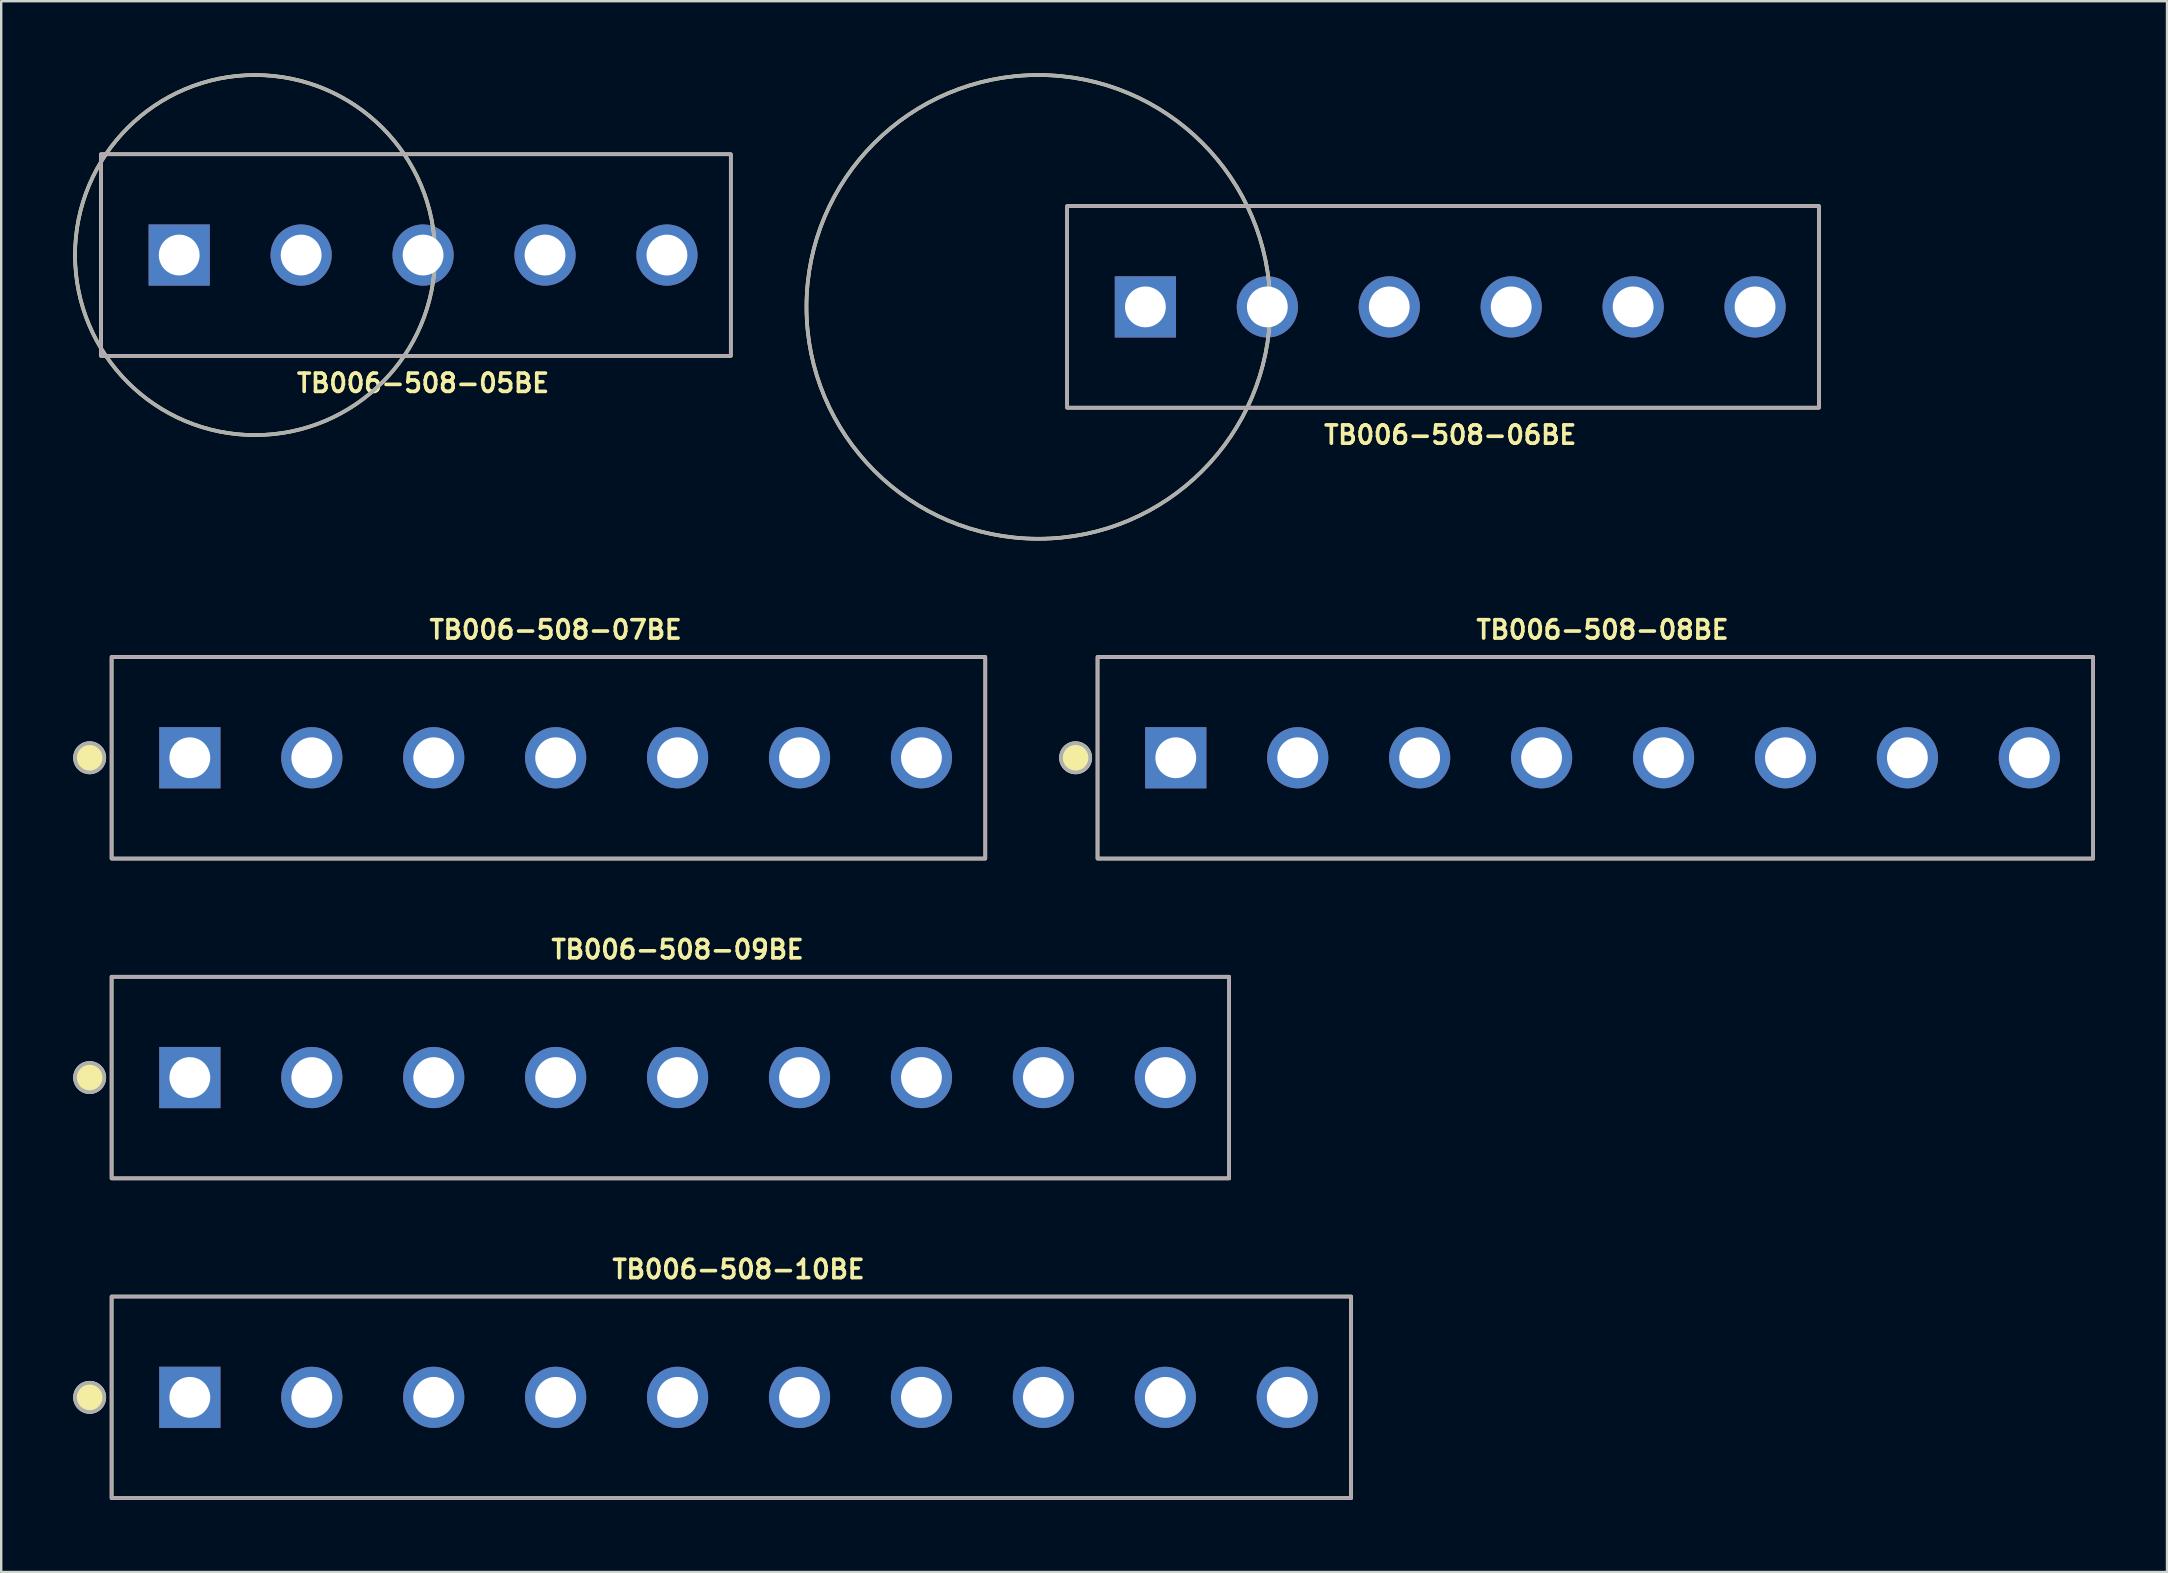
<source format=kicad_pcb>
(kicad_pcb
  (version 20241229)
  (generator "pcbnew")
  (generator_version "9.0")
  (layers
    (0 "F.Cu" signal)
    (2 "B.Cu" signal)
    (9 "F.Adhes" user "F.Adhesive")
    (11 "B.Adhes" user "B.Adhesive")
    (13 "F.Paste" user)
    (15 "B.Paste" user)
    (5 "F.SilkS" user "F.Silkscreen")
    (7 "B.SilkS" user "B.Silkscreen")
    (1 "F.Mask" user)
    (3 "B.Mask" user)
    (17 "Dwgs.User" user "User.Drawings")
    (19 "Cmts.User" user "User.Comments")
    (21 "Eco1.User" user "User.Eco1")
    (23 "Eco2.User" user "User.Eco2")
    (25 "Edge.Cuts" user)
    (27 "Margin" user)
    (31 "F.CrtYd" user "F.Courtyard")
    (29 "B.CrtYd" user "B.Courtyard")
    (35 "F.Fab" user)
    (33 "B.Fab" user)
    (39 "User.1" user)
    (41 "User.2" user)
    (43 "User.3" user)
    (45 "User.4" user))
  (footprint "TB006-508-09BE"
    (layer "F.Cu")
    (at 25.179 41.843)
    (property "Reference" "TB006-508-09BE" (at 0 -5.334 0) (layer "F.SilkS") (effects (font (size 0.762 0.762) (thickness 0.152))))
    (attr through_hole)
    (fp_rect (start -23.58 -4.2) (end 22.98 4.2) (stroke (width 0.152) (type default)) (fill no) (layer "F.SilkS"))
    (fp_circle (center -24.494 0) (end -23.885 0) (stroke (width 0.152) (type solid)) (fill yes) (layer "F.SilkS"))
    (fp_rect (start -23.58 -4.2) (end 22.98 4.2) (stroke (width 0.006) (type default)) (fill no) (layer "F.CrtYd"))
    (fp_rect (start -23.58 -4.2) (end 22.98 4.2) (stroke (width 0.152) (type default)) (fill no) (layer "F.Fab"))
    (fp_circle (center -24.494 0) (end -23.885 0) (stroke (width 0.152) (type solid)) (fill no) (layer "F.Fab"))
    (pad "1" thru_hole rect (at -20.32 0) (size 2.55 2.55) (drill 1.7) (layers "*.Cu" "*.Mask"))
    (pad "2" thru_hole circle (at -15.24 0) (size 2.55 2.55) (drill 1.7) (layers "*.Cu" "*.Mask"))
    (pad "3" thru_hole circle (at -10.16 0) (size 2.55 2.55) (drill 1.7) (layers "*.Cu" "*.Mask"))
    (pad "4" thru_hole circle (at -5.08 0) (size 2.55 2.55) (drill 1.7) (layers "*.Cu" "*.Mask"))
    (pad "5" thru_hole circle (at 0 0) (size 2.55 2.55) (drill 1.7) (layers "*.Cu" "*.Mask"))
    (pad "6" thru_hole circle (at 5.08 0) (size 2.55 2.55) (drill 1.7) (layers "*.Cu" "*.Mask"))
    (pad "7" thru_hole circle (at 10.16 0) (size 2.55 2.55) (drill 1.7) (layers "*.Cu" "*.Mask"))
    (pad "8" thru_hole circle (at 15.24 0) (size 2.55 2.55) (drill 1.7) (layers "*.Cu" "*.Mask"))
    (pad "9" thru_hole circle (at 20.32 0) (size 2.55 2.55) (drill 1.7) (layers "*.Cu" "*.Mask")))
  (footprint "TB006-508-08BE"
    (layer "F.Cu")
    (at 63.715 28.52)
    (property "Reference" "TB006-508-08BE" (at 0 -5.334 0) (layer "F.SilkS") (effects (font (size 0.762 0.762) (thickness 0.152))))
    (attr through_hole)
    (fp_rect (start -21.04 -4.2) (end 20.44 4.2) (stroke (width 0.152) (type default)) (fill no) (layer "F.SilkS"))
    (fp_circle (center -21.954 0) (end -21.345 0) (stroke (width 0.152) (type solid)) (fill yes) (layer "F.SilkS"))
    (fp_rect (start -21.04 -4.2) (end 20.44 4.2) (stroke (width 0.006) (type default)) (fill no) (layer "F.CrtYd"))
    (fp_rect (start -21.04 -4.2) (end 20.44 4.2) (stroke (width 0.152) (type default)) (fill no) (layer "F.Fab"))
    (fp_circle (center -21.954 0) (end -21.345 0) (stroke (width 0.152) (type solid)) (fill no) (layer "F.Fab"))
    (pad "1" thru_hole rect (at -17.78 0) (size 2.55 2.55) (drill 1.7) (layers "*.Cu" "*.Mask"))
    (pad "2" thru_hole circle (at -12.7 0) (size 2.55 2.55) (drill 1.7) (layers "*.Cu" "*.Mask"))
    (pad "3" thru_hole circle (at -7.62 0) (size 2.55 2.55) (drill 1.7) (layers "*.Cu" "*.Mask"))
    (pad "4" thru_hole circle (at -2.54 0) (size 2.55 2.55) (drill 1.7) (layers "*.Cu" "*.Mask"))
    (pad "5" thru_hole circle (at 2.54 0) (size 2.55 2.55) (drill 1.7) (layers "*.Cu" "*.Mask"))
    (pad "6" thru_hole circle (at 7.62 0) (size 2.55 2.55) (drill 1.7) (layers "*.Cu" "*.Mask"))
    (pad "7" thru_hole circle (at 12.7 0) (size 2.55 2.55) (drill 1.7) (layers "*.Cu" "*.Mask"))
    (pad "8" thru_hole circle (at 17.78 0) (size 2.55 2.55) (drill 1.7) (layers "*.Cu" "*.Mask")))
  (footprint "TB006-508-10BE"
    (layer "F.Cu")
    (at 27.719 55.166)
    (property "Reference" "TB006-508-10BE" (at 0 -5.334 0) (layer "F.SilkS") (effects (font (size 0.762 0.762) (thickness 0.152))))
    (attr through_hole)
    (fp_rect (start -26.12 -4.2) (end 25.52 4.2) (stroke (width 0.152) (type default)) (fill no) (layer "F.SilkS"))
    (fp_circle (center -27.034 0) (end -26.425 0) (stroke (width 0.152) (type solid)) (fill yes) (layer "F.SilkS"))
    (fp_rect (start -26.12 -4.2) (end 25.52 4.2) (stroke (width 0.006) (type default)) (fill no) (layer "F.CrtYd"))
    (fp_rect (start -26.12 -4.2) (end 25.52 4.2) (stroke (width 0.152) (type default)) (fill no) (layer "F.Fab"))
    (fp_circle (center -27.034 0) (end -26.425 0) (stroke (width 0.152) (type solid)) (fill no) (layer "F.Fab"))
    (pad "1" thru_hole rect (at -22.86 0) (size 2.55 2.55) (drill 1.7) (layers "*.Cu" "*.Mask"))
    (pad "2" thru_hole circle (at -17.78 0) (size 2.55 2.55) (drill 1.7) (layers "*.Cu" "*.Mask"))
    (pad "3" thru_hole circle (at -12.7 0) (size 2.55 2.55) (drill 1.7) (layers "*.Cu" "*.Mask"))
    (pad "4" thru_hole circle (at -7.62 0) (size 2.55 2.55) (drill 1.7) (layers "*.Cu" "*.Mask"))
    (pad "5" thru_hole circle (at -2.54 0) (size 2.55 2.55) (drill 1.7) (layers "*.Cu" "*.Mask"))
    (pad "6" thru_hole circle (at 2.54 0) (size 2.55 2.55) (drill 1.7) (layers "*.Cu" "*.Mask"))
    (pad "7" thru_hole circle (at 7.62 0) (size 2.55 2.55) (drill 1.7) (layers "*.Cu" "*.Mask"))
    (pad "8" thru_hole circle (at 12.7 0) (size 2.55 2.55) (drill 1.7) (layers "*.Cu" "*.Mask"))
    (pad "9" thru_hole circle (at 17.78 0) (size 2.55 2.55) (drill 1.7) (layers "*.Cu" "*.Mask"))
    (pad "10" thru_hole circle (at 22.86 0) (size 2.55 2.55) (drill 1.7) (layers "*.Cu" "*.Mask")))
  (footprint "TB006-508-05BE"
    (layer "F.Cu")
    (at 14.576 7.576)
    (property "Reference" "TB006-508-05BE" (at 0 5.334 0) (layer "F.SilkS") (effects (font (size 0.762 0.762) (thickness 0.152))))
    (attr through_hole)
    (fp_rect (start -13.42 -4.2) (end 12.82 4.2) (stroke (width 0.152) (type default)) (fill no) (layer "F.SilkS"))
    (fp_circle (center -7 0) (end 0.5 0) (stroke (width 0.152) (type solid)) (fill no) (layer "F.SilkS"))
    (fp_rect (start -13.42 -4.2) (end 12.82 4.2) (stroke (width 0.006) (type default)) (fill no) (layer "F.CrtYd"))
    (fp_rect (start -13.42 -4.2) (end 12.82 4.2) (stroke (width 0.152) (type default)) (fill no) (layer "F.Fab"))
    (fp_circle (center -7 0) (end 0.5 0) (stroke (width 0.152) (type solid)) (fill no) (layer "F.Fab"))
    (pad "1" thru_hole rect (at -10.16 0) (size 2.55 2.55) (drill 1.7) (layers "*.Cu" "*.Mask"))
    (pad "2" thru_hole circle (at -5.08 0) (size 2.55 2.55) (drill 1.7) (layers "*.Cu" "*.Mask"))
    (pad "3" thru_hole circle (at 0 0) (size 2.55 2.55) (drill 1.7) (layers "*.Cu" "*.Mask"))
    (pad "4" thru_hole circle (at 5.08 0) (size 2.55 2.55) (drill 1.7) (layers "*.Cu" "*.Mask"))
    (pad "5" thru_hole circle (at 10.16 0) (size 2.55 2.55) (drill 1.7) (layers "*.Cu" "*.Mask")))
  (footprint "TB006-508-06BE"
    (layer "F.Cu")
    (at 57.369 9.736)
    (property "Reference" "TB006-508-06BE" (at 0 5.334 0) (layer "F.SilkS") (effects (font (size 0.762 0.762) (thickness 0.152))))
    (attr through_hole)
    (fp_rect (start -15.96 -4.2) (end 15.36 4.2) (stroke (width 0.152) (type default)) (fill no) (layer "F.SilkS"))
    (fp_circle (center -17.16 0) (end -7.5 0) (stroke (width 0.152) (type solid)) (fill no) (layer "F.SilkS"))
    (fp_rect (start -15.96 -4.2) (end 15.36 4.2) (stroke (width 0.006) (type default)) (fill no) (layer "F.CrtYd"))
    (fp_rect (start -15.96 -4.2) (end 15.36 4.2) (stroke (width 0.152) (type default)) (fill no) (layer "F.Fab"))
    (fp_circle (center -17.16 0) (end -7.5 0) (stroke (width 0.152) (type solid)) (fill no) (layer "F.Fab"))
    (pad "1" thru_hole rect (at -12.7 0) (size 2.55 2.55) (drill 1.7) (layers "*.Cu" "*.Mask"))
    (pad "2" thru_hole circle (at -7.62 0) (size 2.55 2.55) (drill 1.7) (layers "*.Cu" "*.Mask"))
    (pad "3" thru_hole circle (at -2.54 0) (size 2.55 2.55) (drill 1.7) (layers "*.Cu" "*.Mask"))
    (pad "4" thru_hole circle (at 2.54 0) (size 2.55 2.55) (drill 1.7) (layers "*.Cu" "*.Mask"))
    (pad "5" thru_hole circle (at 7.62 0) (size 2.55 2.55) (drill 1.7) (layers "*.Cu" "*.Mask"))
    (pad "6" thru_hole circle (at 12.7 0) (size 2.55 2.55) (drill 1.7) (layers "*.Cu" "*.Mask")))
  (footprint "TB006-508-07BE"
    (layer "F.Cu")
    (at 20.099 28.52)
    (property "Reference" "TB006-508-07BE" (at 0 -5.334 0) (layer "F.SilkS") (effects (font (size 0.762 0.762) (thickness 0.152))))
    (attr through_hole)
    (fp_rect (start -18.5 -4.2) (end 17.9 4.2) (stroke (width 0.152) (type default)) (fill no) (layer "F.SilkS"))
    (fp_circle (center -19.414 0) (end -18.805 0) (stroke (width 0.152) (type solid)) (fill yes) (layer "F.SilkS"))
    (fp_rect (start -18.5 -4.2) (end 17.9 4.2) (stroke (width 0.006) (type default)) (fill no) (layer "F.CrtYd"))
    (fp_rect (start -18.5 -4.2) (end 17.9 4.2) (stroke (width 0.152) (type default)) (fill no) (layer "F.Fab"))
    (fp_circle (center -19.414 0) (end -18.805 0) (stroke (width 0.152) (type solid)) (fill no) (layer "F.Fab"))
    (pad "1" thru_hole rect (at -15.24 0) (size 2.55 2.55) (drill 1.7) (layers "*.Cu" "*.Mask"))
    (pad "2" thru_hole circle (at -10.16 0) (size 2.55 2.55) (drill 1.7) (layers "*.Cu" "*.Mask"))
    (pad "3" thru_hole circle (at -5.08 0) (size 2.55 2.55) (drill 1.7) (layers "*.Cu" "*.Mask"))
    (pad "4" thru_hole circle (at 0 0) (size 2.55 2.55) (drill 1.7) (layers "*.Cu" "*.Mask"))
    (pad "5" thru_hole circle (at 5.08 0) (size 2.55 2.55) (drill 1.7) (layers "*.Cu" "*.Mask"))
    (pad "6" thru_hole circle (at 10.16 0) (size 2.55 2.55) (drill 1.7) (layers "*.Cu" "*.Mask"))
    (pad "7" thru_hole circle (at 15.24 0) (size 2.55 2.55) (drill 1.7) (layers "*.Cu" "*.Mask")))
  (gr_rect
    (start -3 -3)
    (end 87.231 62.443)
    (stroke (width 0.1) (type default))
    (fill no)
    (layer "Edge.Cuts")))
</source>
